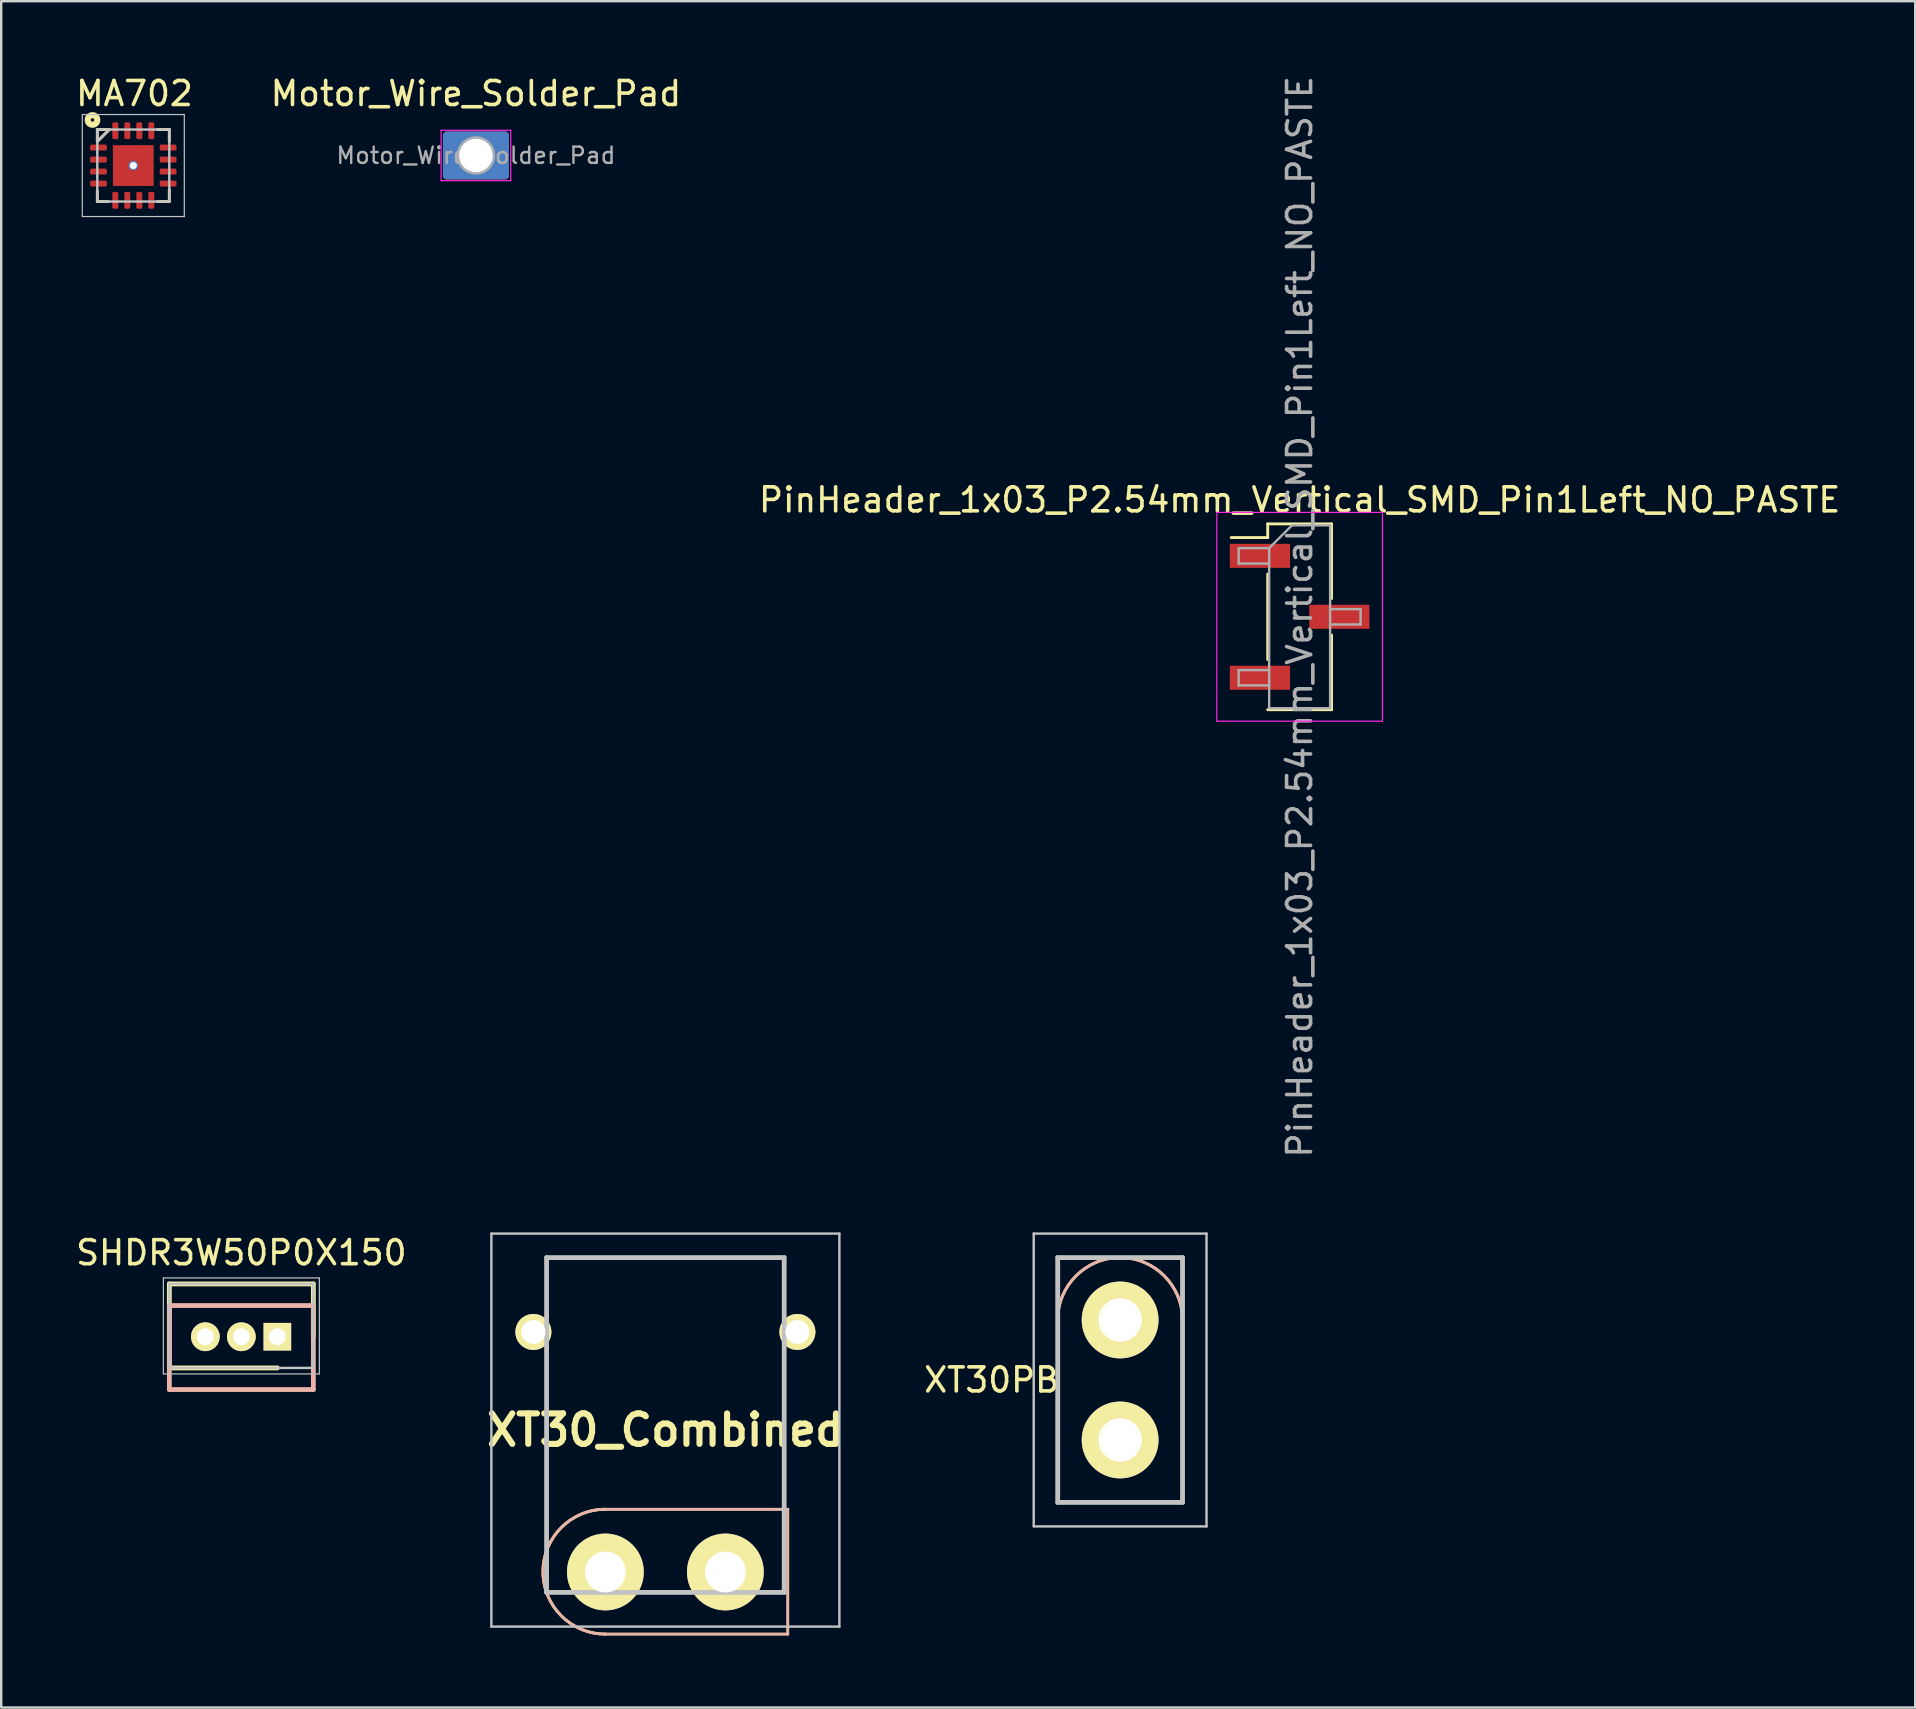
<source format=kicad_pcb>
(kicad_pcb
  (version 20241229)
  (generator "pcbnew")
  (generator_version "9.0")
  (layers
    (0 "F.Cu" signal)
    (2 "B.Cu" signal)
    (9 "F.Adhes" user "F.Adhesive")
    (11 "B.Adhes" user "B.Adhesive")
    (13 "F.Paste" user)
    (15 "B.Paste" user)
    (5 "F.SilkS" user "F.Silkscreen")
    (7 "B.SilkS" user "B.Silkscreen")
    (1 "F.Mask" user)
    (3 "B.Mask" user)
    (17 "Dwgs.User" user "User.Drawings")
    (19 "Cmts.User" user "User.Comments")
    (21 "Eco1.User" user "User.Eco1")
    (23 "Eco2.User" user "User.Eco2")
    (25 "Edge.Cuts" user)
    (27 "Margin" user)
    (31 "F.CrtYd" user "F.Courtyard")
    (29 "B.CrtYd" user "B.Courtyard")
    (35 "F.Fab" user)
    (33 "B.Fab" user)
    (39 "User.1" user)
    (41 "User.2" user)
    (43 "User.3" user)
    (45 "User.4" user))
  (footprint "Motor_Wire_Solder_Pad"
    (layer "F.Cu")
    (at 16.78 3.428)
    (property "Reference" "Motor_Wire_Solder_Pad" (at 0 -2.58 0) (layer "F.SilkS") (effects (font (size 1 1) (thickness 0.15))))
    (attr exclude_from_pos_files exclude_from_bom)
    (fp_line (start -1.45 -1.05) (end -1.45 1.05) (stroke (width 0.05) (type solid)) (layer "F.CrtYd"))
    (fp_line (start -1.45 1.05) (end 1.45 1.05) (stroke (width 0.05) (type solid)) (layer "F.CrtYd"))
    (fp_line (start 1.45 -1.05) (end -1.45 -1.05) (stroke (width 0.05) (type solid)) (layer "F.CrtYd"))
    (fp_line (start 1.45 1.05) (end 1.45 -1.05) (stroke (width 0.05) (type solid)) (layer "F.CrtYd"))
    (fp_circle (center 0 0) (end 0.75 0) (stroke (width 0.1) (type solid)) (fill no) (layer "F.Fab"))
    (fp_text user "${REFERENCE}" (at 0 0 0) (layer "F.Fab") (effects (font (size 0.68 0.68) (thickness 0.1))))
    (pad "1" thru_hole roundrect (at 0 0) (size 2.75 2) (drill 1.4) (layers "*.Cu" "*.Mask") (roundrect_rratio 0.08)))
  (footprint "XT30_Combined"
    (layer "F.Cu")
    (at 24.674 56.536)
    (property "Reference" "XT30_Combined" (at 0 0 0) (layer "F.SilkS") (effects (font (size 1.27 1.27) (thickness 0.254))))
    (attr through_hole)
    (fp_line (start -2.5 3.3) (end 5.1 3.3) (stroke (width 0.1) (type solid)) (layer "F.SilkS"))
    (fp_line (start 5.1 3.3) (end 5.1 8.5) (stroke (width 0.1) (type solid)) (layer "F.SilkS"))
    (fp_line (start 5.1 8.5) (end -2.5 8.5) (stroke (width 0.1) (type solid)) (layer "F.SilkS"))
    (fp_arc (start -2.5 8.5) (mid -5.1 5.9) (end -2.5 3.3) (stroke (width 0.12) (type solid)) (layer "F.SilkS"))
    (fp_line (start -4.95 -2.737) (end -4.95 4.5) (stroke (width 0.1) (type solid)) (layer "B.SilkS"))
    (fp_line (start 4.95 3.1) (end 4.95 -2.737) (stroke (width 0.1) (type solid)) (layer "B.SilkS"))
    (fp_line (start 5.1 3.3) (end -2.5 3.3) (stroke (width 0.12) (type solid)) (layer "B.SilkS"))
    (fp_line (start 5.1 8.5) (end -2.5 8.5) (stroke (width 0.12) (type solid)) (layer "B.SilkS"))
    (fp_line (start 5.1 8.5) (end 5.1 3.3) (stroke (width 0.12) (type solid)) (layer "B.SilkS"))
    (fp_arc (start -2.5 8.5) (mid -5.1 5.9) (end -2.5 3.3) (stroke (width 0.12) (type solid)) (layer "B.SilkS"))
    (fp_line (start -7.25 -8.188) (end 7.25 -8.188) (stroke (width 0.1) (type solid)) (layer "Dwgs.User"))
    (fp_line (start -7.25 8.188) (end -7.25 -8.188) (stroke (width 0.1) (type solid)) (layer "Dwgs.User"))
    (fp_line (start -4.95 -7.187) (end 4.95 -7.187) (stroke (width 0.2) (type solid)) (layer "Dwgs.User"))
    (fp_line (start -4.95 6.762) (end -4.95 -7.187) (stroke (width 0.2) (type solid)) (layer "Dwgs.User"))
    (fp_line (start 4.95 -7.187) (end 4.95 6.762) (stroke (width 0.2) (type solid)) (layer "Dwgs.User"))
    (fp_line (start 4.95 6.762) (end -4.95 6.762) (stroke (width 0.2) (type solid)) (layer "Dwgs.User"))
    (fp_line (start 7.25 -8.188) (end 7.25 8.188) (stroke (width 0.1) (type solid)) (layer "Dwgs.User"))
    (fp_line (start 7.25 8.188) (end -7.25 8.188) (stroke (width 0.1) (type solid)) (layer "Dwgs.User"))
    (pad "1" thru_hole circle (at -2.5 5.912 90) (size 3.2 3.2) (drill 1.7) (layers "*.Cu" "*.Mask" "F.SilkS"))
    (pad "2" thru_hole circle (at 2.5 5.912 90) (size 3.2 3.2) (drill 1.7) (layers "*.Cu" "*.Mask" "F.SilkS"))
    (pad "3" thru_hole circle (at 5.5 -4.088 90) (size 1.5 1.5) (drill 1) (layers "*.Cu" "*.Mask" "F.SilkS"))
    (pad "4" thru_hole circle (at -5.5 -4.088 90) (size 1.5 1.5) (drill 1) (layers "*.Cu" "*.Mask" "F.SilkS")))
  (footprint "SHDR3W50P0X150"
    (layer "F.Cu")
    (at 8.506 52.646)
    (property "Reference" "SHDR3W50P0X150" (at -1.5 -3.5 0) (layer "F.SilkS") (effects (font (size 1 1) (thickness 0.15))))
    (attr through_hole)
    (fp_line (start -4.5 -2.2) (end 1.5 -2.2) (stroke (width 0.2) (type solid)) (layer "F.SilkS"))
    (fp_line (start -4.5 1.3) (end -4.5 -2.2) (stroke (width 0.2) (type solid)) (layer "F.SilkS"))
    (fp_line (start 0 1.3) (end -4.5 1.3) (stroke (width 0.2) (type solid)) (layer "F.SilkS"))
    (fp_line (start 1.5 -2.2) (end 1.5 0) (stroke (width 0.2) (type solid)) (layer "F.SilkS"))
    (fp_line (start -4.5 -1.3) (end -4.5 2.2) (stroke (width 0.2) (type solid)) (layer "B.SilkS"))
    (fp_line (start -4.5 2.2) (end 1.5 2.2) (stroke (width 0.2) (type solid)) (layer "B.SilkS"))
    (fp_line (start 1.5 -1.3) (end -4.5 -1.3) (stroke (width 0.2) (type solid)) (layer "B.SilkS"))
    (fp_line (start 1.5 2.2) (end 1.5 -1.3) (stroke (width 0.2) (type solid)) (layer "B.SilkS"))
    (fp_line (start -4.75 -2.45) (end 1.75 -2.45) (stroke (width 0.05) (type solid)) (layer "Dwgs.User"))
    (fp_line (start -4.75 1.55) (end -4.75 -2.45) (stroke (width 0.05) (type solid)) (layer "Dwgs.User"))
    (fp_line (start -4.5 -2.2) (end 1.5 -2.2) (stroke (width 0.1) (type solid)) (layer "Dwgs.User"))
    (fp_line (start -4.5 1.3) (end -4.5 -2.2) (stroke (width 0.1) (type solid)) (layer "Dwgs.User"))
    (fp_line (start 1.5 -2.2) (end 1.5 1.3) (stroke (width 0.1) (type solid)) (layer "Dwgs.User"))
    (fp_line (start 1.5 1.3) (end -4.5 1.3) (stroke (width 0.1) (type solid)) (layer "Dwgs.User"))
    (fp_line (start 1.75 -2.45) (end 1.75 1.55) (stroke (width 0.05) (type solid)) (layer "Dwgs.User"))
    (fp_line (start 1.75 1.55) (end -4.75 1.55) (stroke (width 0.05) (type solid)) (layer "Dwgs.User"))
    (pad "1" thru_hole rect (at 0 0 90) (size 1.15 1.15) (drill 0.7) (layers "*.Cu" "*.Mask" "F.SilkS"))
    (pad "2" thru_hole circle (at -1.5 0 90) (size 1.2 1.2) (drill 0.7) (layers "*.Cu" "*.Mask" "F.SilkS"))
    (pad "3" thru_hole circle (at -3 0 90) (size 1.2 1.2) (drill 0.7) (layers "*.Cu" "*.Mask" "F.SilkS")))
  (footprint "PinHeader_1x03_P2.54mm_Vertical_SMD_Pin1Left_NO_PASTE"
    (layer "F.Cu")
    (at 51.101 22.649)
    (property "Reference" "PinHeader_1x03_P2.54mm_Vertical_SMD_Pin1Left_NO_PASTE" (at 0 -4.87 0) (layer "F.SilkS") (effects (font (size 1 1) (thickness 0.15))))
    (attr smd)
    (fp_line (start -1.33 -3.87) (end -1.33 -3.3) (stroke (width 0.12) (type solid)) (layer "F.SilkS"))
    (fp_line (start -1.33 -3.87) (end 1.33 -3.87) (stroke (width 0.12) (type solid)) (layer "F.SilkS"))
    (fp_line (start -1.33 -3.3) (end -2.85 -3.3) (stroke (width 0.12) (type solid)) (layer "F.SilkS"))
    (fp_line (start -1.33 -1.78) (end -1.33 1.78) (stroke (width 0.12) (type solid)) (layer "F.SilkS"))
    (fp_line (start -1.33 3.87) (end 1.33 3.87) (stroke (width 0.12) (type solid)) (layer "F.SilkS"))
    (fp_line (start 1.33 -3.87) (end 1.33 -0.76) (stroke (width 0.12) (type solid)) (layer "F.SilkS"))
    (fp_line (start 1.33 0.76) (end 1.33 3.87) (stroke (width 0.12) (type solid)) (layer "F.SilkS"))
    (fp_line (start 1.33 3.3) (end 1.33 3.87) (stroke (width 0.12) (type solid)) (layer "F.SilkS"))
    (fp_line (start -3.45 -4.35) (end -3.45 4.35) (stroke (width 0.05) (type solid)) (layer "F.CrtYd"))
    (fp_line (start -3.45 4.35) (end 3.45 4.35) (stroke (width 0.05) (type solid)) (layer "F.CrtYd"))
    (fp_line (start 3.45 -4.35) (end -3.45 -4.35) (stroke (width 0.05) (type solid)) (layer "F.CrtYd"))
    (fp_line (start 3.45 4.35) (end 3.45 -4.35) (stroke (width 0.05) (type solid)) (layer "F.CrtYd"))
    (fp_line (start -2.54 -2.86) (end -2.54 -2.22) (stroke (width 0.1) (type solid)) (layer "F.Fab"))
    (fp_line (start -2.54 -2.22) (end -1.27 -2.22) (stroke (width 0.1) (type solid)) (layer "F.Fab"))
    (fp_line (start -2.54 2.22) (end -2.54 2.86) (stroke (width 0.1) (type solid)) (layer "F.Fab"))
    (fp_line (start -2.54 2.86) (end -1.27 2.86) (stroke (width 0.1) (type solid)) (layer "F.Fab"))
    (fp_line (start -1.27 -2.86) (end -2.54 -2.86) (stroke (width 0.1) (type solid)) (layer "F.Fab"))
    (fp_line (start -1.27 -2.86) (end -0.32 -3.81) (stroke (width 0.1) (type solid)) (layer "F.Fab"))
    (fp_line (start -1.27 2.22) (end -2.54 2.22) (stroke (width 0.1) (type solid)) (layer "F.Fab"))
    (fp_line (start -1.27 3.81) (end -1.27 -2.86) (stroke (width 0.1) (type solid)) (layer "F.Fab"))
    (fp_line (start -0.32 -3.81) (end 1.27 -3.81) (stroke (width 0.1) (type solid)) (layer "F.Fab"))
    (fp_line (start 1.27 -3.81) (end 1.27 3.81) (stroke (width 0.1) (type solid)) (layer "F.Fab"))
    (fp_line (start 1.27 -0.32) (end 2.54 -0.32) (stroke (width 0.1) (type solid)) (layer "F.Fab"))
    (fp_line (start 1.27 3.81) (end -1.27 3.81) (stroke (width 0.1) (type solid)) (layer "F.Fab"))
    (fp_line (start 2.54 -0.32) (end 2.54 0.32) (stroke (width 0.1) (type solid)) (layer "F.Fab"))
    (fp_line (start 2.54 0.32) (end 1.27 0.32) (stroke (width 0.1) (type solid)) (layer "F.Fab"))
    (fp_text user "${REFERENCE}" (at 0 0 90) (layer "F.Fab") (effects (font (size 1 1) (thickness 0.15))))
    (pad "1" smd rect (at -1.655 -2.54) (size 2.51 1) (layers "F.Cu" "F.Mask"))
    (pad "2" smd rect (at 1.655 0) (size 2.51 1) (layers "F.Cu" "F.Mask"))
    (pad "3" smd rect (at -1.655 2.54) (size 2.51 1) (layers "F.Cu" "F.Mask")))
  (footprint "MA702"
    (layer "F.Cu")
    (at 2.504 3.848)
    (property "Reference" "MA702" (at 0.05 -3 0) (layer "F.SilkS") (effects (font (size 1 1) (thickness 0.15))))
    (attr smd)
    (fp_line (start -1.5 -1.5) (end -1.5 -1) (stroke (width 0.12) (type solid)) (layer "F.SilkS"))
    (fp_line (start -1.5 -1) (end -1 -1.5) (stroke (width 0.12) (type solid)) (layer "F.SilkS"))
    (fp_line (start -1.5 1.5) (end -1.5 1.05) (stroke (width 0.12) (type solid)) (layer "F.SilkS"))
    (fp_line (start -1.5 1.5) (end -1.05 1.5) (stroke (width 0.12) (type solid)) (layer "F.SilkS"))
    (fp_line (start -1 -1.5) (end -1.5 -1.5) (stroke (width 0.12) (type solid)) (layer "F.SilkS"))
    (fp_line (start 1 1.5) (end 1.5 1.5) (stroke (width 0.12) (type solid)) (layer "F.SilkS"))
    (fp_line (start 1.5 -1.5) (end 1 -1.5) (stroke (width 0.12) (type solid)) (layer "F.SilkS"))
    (fp_line (start 1.5 -1) (end 1.5 -1.5) (stroke (width 0.12) (type solid)) (layer "F.SilkS"))
    (fp_line (start 1.5 1.5) (end 1.5 1) (stroke (width 0.12) (type solid)) (layer "F.SilkS"))
    (fp_circle (center -1.7 -1.9) (end -1.5 -1.9) (stroke (width 0.254) (type solid)) (fill no) (layer "F.SilkS"))
    (fp_line (start -2.125 -2.125) (end 2.125 -2.125) (stroke (width 0.05) (type solid)) (layer "Dwgs.User"))
    (fp_line (start -2.125 2.125) (end -2.125 -2.125) (stroke (width 0.05) (type solid)) (layer "Dwgs.User"))
    (fp_line (start -1.5 -1.5) (end 1.5 -1.5) (stroke (width 0.1) (type solid)) (layer "Dwgs.User"))
    (fp_line (start -1.5 -1) (end -1 -1.5) (stroke (width 0.1) (type solid)) (layer "Dwgs.User"))
    (fp_line (start -1.5 1.5) (end -1.5 -1.5) (stroke (width 0.1) (type solid)) (layer "Dwgs.User"))
    (fp_line (start 1.5 -1.5) (end 1.5 1.5) (stroke (width 0.1) (type solid)) (layer "Dwgs.User"))
    (fp_line (start 1.5 1.5) (end -1.5 1.5) (stroke (width 0.1) (type solid)) (layer "Dwgs.User"))
    (fp_line (start 2.125 -2.125) (end 2.125 2.125) (stroke (width 0.05) (type solid)) (layer "Dwgs.User"))
    (fp_line (start 2.125 2.125) (end -2.125 2.125) (stroke (width 0.05) (type solid)) (layer "Dwgs.User"))
    (pad "1" smd roundrect (at -1.45 -0.75 90) (size 0.25 0.7) (layers "F.Cu" "F.Mask" "F.Paste") (roundrect_rratio 0.25))
    (pad "2" smd roundrect (at -1.45 -0.25 90) (size 0.25 0.7) (layers "F.Cu" "F.Mask" "F.Paste") (roundrect_rratio 0.25))
    (pad "3" smd roundrect (at -1.45 0.25 90) (size 0.25 0.7) (layers "F.Cu" "F.Mask" "F.Paste") (roundrect_rratio 0.25))
    (pad "4" smd roundrect (at -1.45 0.75 90) (size 0.25 0.7) (layers "F.Cu" "F.Mask" "F.Paste") (roundrect_rratio 0.25))
    (pad "5" smd roundrect (at -0.75 1.45) (size 0.25 0.7) (layers "F.Cu" "F.Mask" "F.Paste") (roundrect_rratio 0.25))
    (pad "6" smd roundrect (at -0.25 1.45) (size 0.25 0.7) (layers "F.Cu" "F.Mask" "F.Paste") (roundrect_rratio 0.25))
    (pad "7" smd roundrect (at 0.25 1.45) (size 0.25 0.7) (layers "F.Cu" "F.Mask" "F.Paste") (roundrect_rratio 0.25))
    (pad "8" smd roundrect (at 0.75 1.45) (size 0.25 0.7) (layers "F.Cu" "F.Mask" "F.Paste") (roundrect_rratio 0.25))
    (pad "9" smd roundrect (at 1.45 0.75 90) (size 0.25 0.7) (layers "F.Cu" "F.Mask" "F.Paste") (roundrect_rratio 0.25))
    (pad "10" smd roundrect (at 1.45 0.25 90) (size 0.25 0.7) (layers "F.Cu" "F.Mask" "F.Paste") (roundrect_rratio 0.25))
    (pad "11" smd roundrect (at 1.45 -0.25 90) (size 0.25 0.7) (layers "F.Cu" "F.Mask" "F.Paste") (roundrect_rratio 0.25))
    (pad "12" smd roundrect (at 1.45 -0.75 90) (size 0.25 0.7) (layers "F.Cu" "F.Mask" "F.Paste") (roundrect_rratio 0.25))
    (pad "13" smd roundrect (at 0.75 -1.45) (size 0.25 0.7) (layers "F.Cu" "F.Mask" "F.Paste") (roundrect_rratio 0.25))
    (pad "14" smd roundrect (at 0.25 -1.45) (size 0.25 0.7) (layers "F.Cu" "F.Mask" "F.Paste") (roundrect_rratio 0.25))
    (pad "15" smd roundrect (at -0.25 -1.45) (size 0.25 0.7) (layers "F.Cu" "F.Mask" "F.Paste") (roundrect_rratio 0.25))
    (pad "16" smd roundrect (at -0.75 -1.45) (size 0.25 0.7) (layers "F.Cu" "F.Mask" "F.Paste") (roundrect_rratio 0.25))
    (pad "17" thru_hole circle (at 0 0) (size 0.4 0.4) (drill 0.3) (layers "*.Cu" "F.Mask"))
    (pad "17" smd rect (at 0 0) (size 1.7 1.7) (layers "F.Cu" "F.Mask" "F.Paste")))
  (footprint "XT30PB"
    (layer "F.Cu")
    (at 43.621 51.948)
    (property "Reference" "XT30PB" (at -5.35 2.5 0) (layer "F.SilkS") (effects (font (size 1 1) (thickness 0.15))))
    (attr through_hole)
    (fp_line (start -2.6 7.6) (end -2.6 0) (stroke (width 0.1) (type solid)) (layer "F.SilkS"))
    (fp_line (start 2.6 0) (end 2.6 7.6) (stroke (width 0.1) (type solid)) (layer "F.SilkS"))
    (fp_line (start 2.6 7.6) (end -2.6 7.6) (stroke (width 0.1) (type solid)) (layer "F.SilkS"))
    (fp_arc (start -2.6 0) (mid 0 -2.6) (end 2.6 0) (stroke (width 0.12) (type solid)) (layer "F.SilkS"))
    (fp_line (start -2.6 7.6) (end -2.6 0) (stroke (width 0.12) (type solid)) (layer "B.SilkS"))
    (fp_line (start -2.6 7.6) (end 2.6 7.6) (stroke (width 0.12) (type solid)) (layer "B.SilkS"))
    (fp_line (start 2.6 7.6) (end 2.6 0) (stroke (width 0.12) (type solid)) (layer "B.SilkS"))
    (fp_arc (start -2.6 0) (mid 0 -2.6) (end 2.6 0) (stroke (width 0.12) (type solid)) (layer "B.SilkS"))
    (fp_line (start -3.6 -3.6) (end 3.6 -3.6) (stroke (width 0.1) (type solid)) (layer "Dwgs.User"))
    (fp_line (start -3.6 8.6) (end -3.6 -3.6) (stroke (width 0.1) (type solid)) (layer "Dwgs.User"))
    (fp_line (start -2.6 -2.6) (end 2.6 -2.6) (stroke (width 0.2) (type solid)) (layer "Dwgs.User"))
    (fp_line (start -2.6 7.6) (end -2.6 -2.6) (stroke (width 0.2) (type solid)) (layer "Dwgs.User"))
    (fp_line (start 2.6 -2.6) (end 2.6 7.6) (stroke (width 0.2) (type solid)) (layer "Dwgs.User"))
    (fp_line (start 2.6 7.6) (end -2.6 7.6) (stroke (width 0.2) (type solid)) (layer "Dwgs.User"))
    (fp_line (start 3.6 -3.6) (end 3.6 8.6) (stroke (width 0.1) (type solid)) (layer "Dwgs.User"))
    (fp_line (start 3.6 8.6) (end -3.6 8.6) (stroke (width 0.1) (type solid)) (layer "Dwgs.User"))
    (pad "1" thru_hole circle (at 0 0 90) (size 3.2 3.2) (drill 1.8) (layers "*.Cu" "*.Mask" "F.SilkS"))
    (pad "2" thru_hole circle (at 0 5 90) (size 3.2 3.2) (drill 1.8) (layers "*.Cu" "*.Mask" "F.SilkS")))
  (gr_rect
    (start -3 -3)
    (end 76.75 68.096)
    (stroke (width 0.1) (type default))
    (fill no)
    (layer "Edge.Cuts")))
</source>
